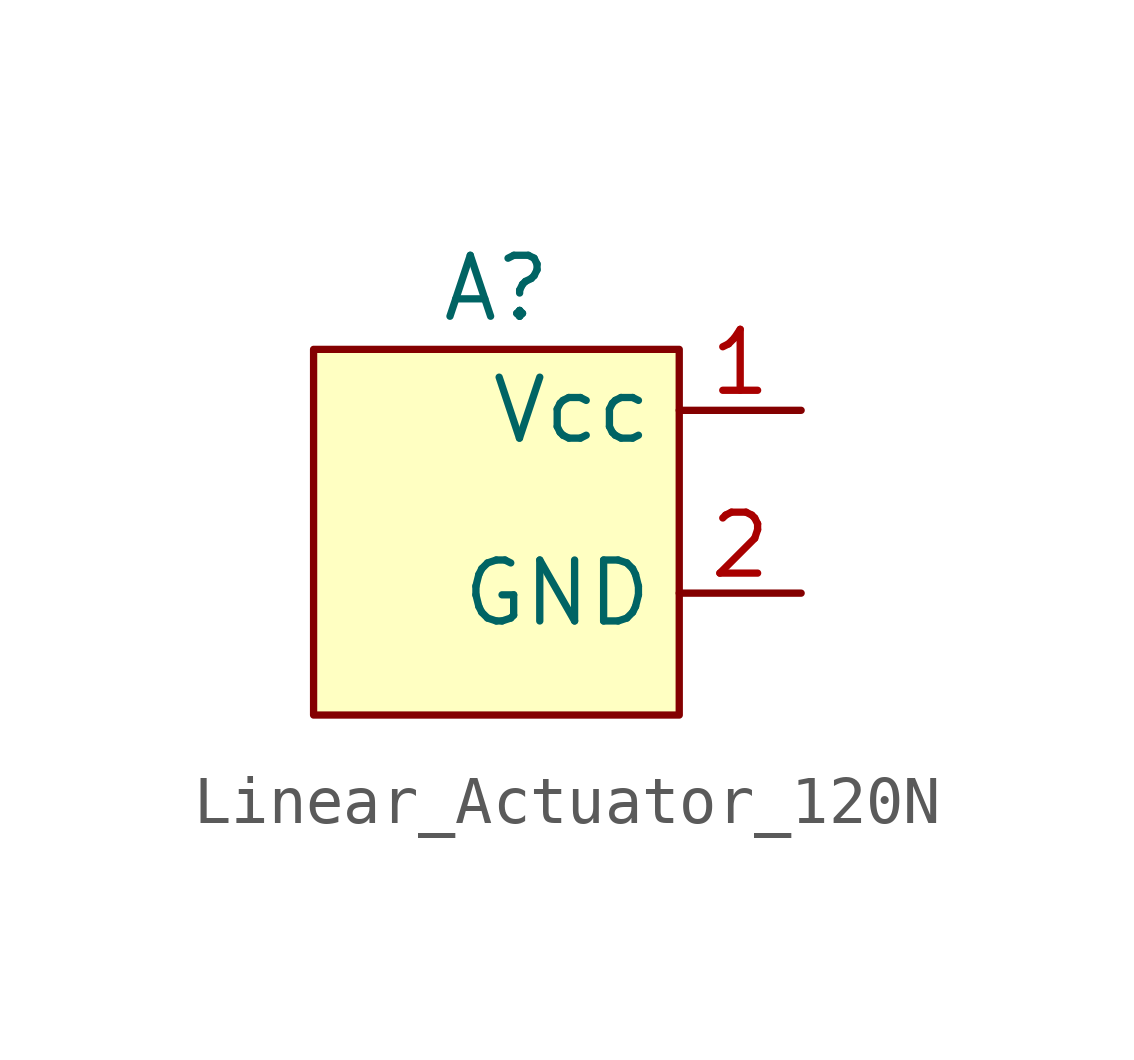
<source format=kicad_sym>
(kicad_symbol_lib
  (version 20231120)
  (generator "kicad_symbol_editor")
  (generator_version "8.0")
  (symbol "Linear_Actuator_120N"
    (property "Reference" "A"
      (at 0 0 0)
      (effects (font (size 1.27 1.27))))
    (property "Value" ""
      (at 0 0 0)
      (effects (font (size 1.27 1.27))))
    (symbol "Linear_Actuator_120N_1_1"
      (rectangle (start -3.81 -1.27) (end 3.81 -8.89) (stroke (width 0) (type default)) (fill (type background)))
      (pin power_in line (at 6.35 -2.54 180) (length 2.54) (name "Vcc" (effects (font (size 1.27 1.27)))) (number "1" (effects (font (size 1.27 1.27)))))
      (pin power_in line (at 6.35 -6.35 180) (length 2.54) (name "GND" (effects (font (size 1.27 1.27)))) (number "2" (effects (font (size 1.27 1.27))))))))
</source>
